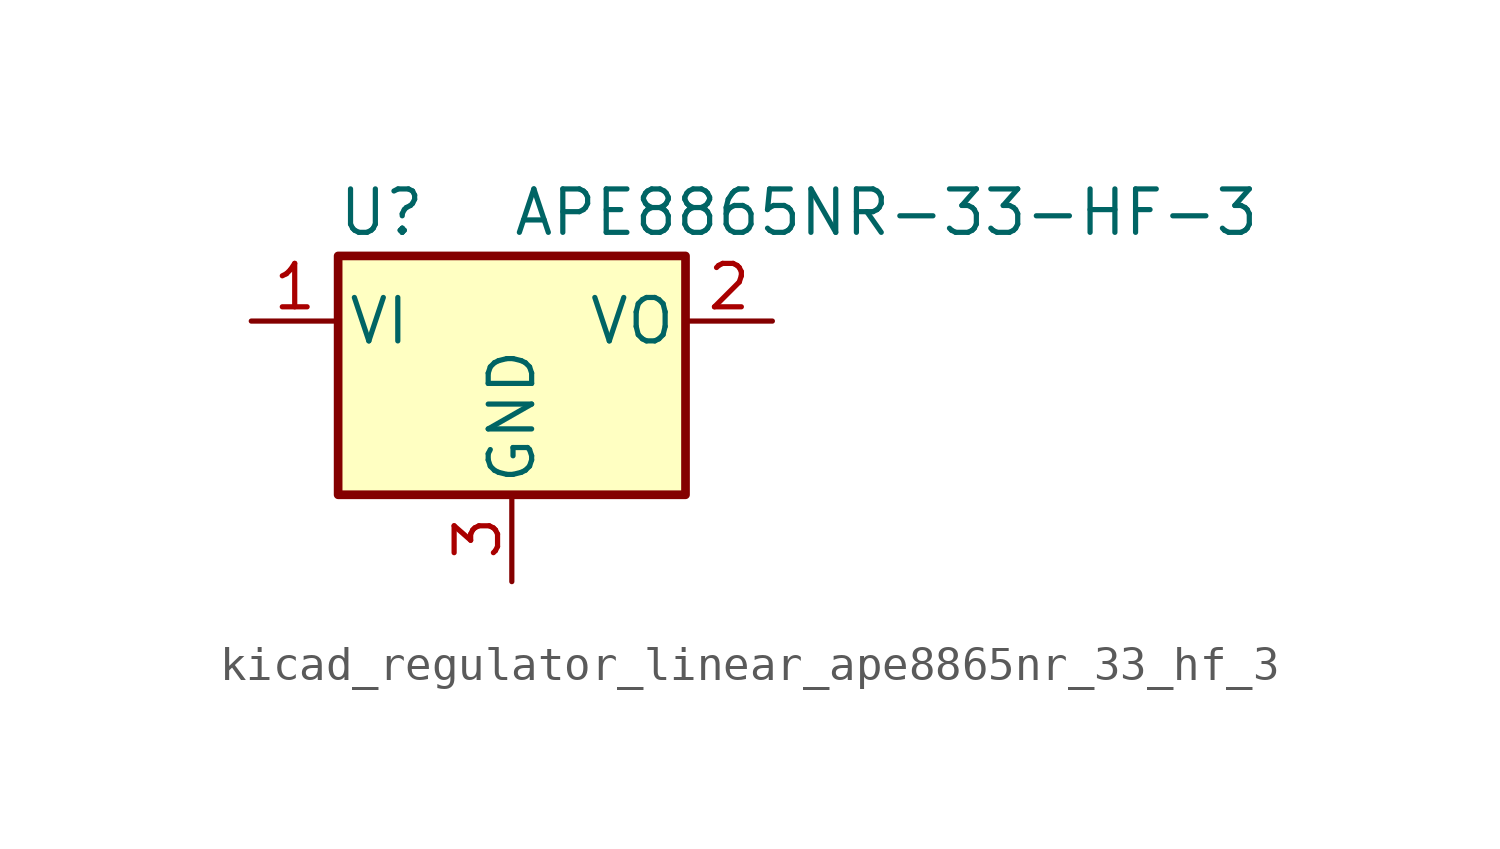
<source format=kicad_sym>
(kicad_symbol_lib
  (version 20220914)
  (generator kicad_symbol_editor)
  (symbol "kicad_regulator_linear_ape8865nr_33_hf_3"
    (pin_names
      (offset 0.254))
    (property "Reference" "U"
      (at -3.81 3.175 0)
      (effects (font (size 1.27 1.27))))
    (property "Value" "APE8865NR-33-HF-3"
      (at 0 3.175 0)
      (effects (font (size 1.27 1.27)) (justify left)))
    (symbol "kicad_regulator_linear_ape8865nr_33_hf_3_0_1"
      (rectangle (start -5.08 1.905) (end 5.08 -5.08) (stroke (width 0.254) (type default)) (fill (type background))))
    (symbol "kicad_regulator_linear_ape8865nr_33_hf_3_1_1"
      (pin power_in line (at -7.62 0 0) (length 2.54) (name "VI" (effects (font (size 1.27 1.27)))) (number "1" (effects (font (size 1.27 1.27)))))
      (pin power_out line (at 7.62 0 180) (length 2.54) (name "VO" (effects (font (size 1.27 1.27)))) (number "2" (effects (font (size 1.27 1.27)))))
      (pin power_in line (at 0 -7.62 90) (length 2.54) (name "GND" (effects (font (size 1.27 1.27)))) (number "3" (effects (font (size 1.27 1.27))))))))
</source>
